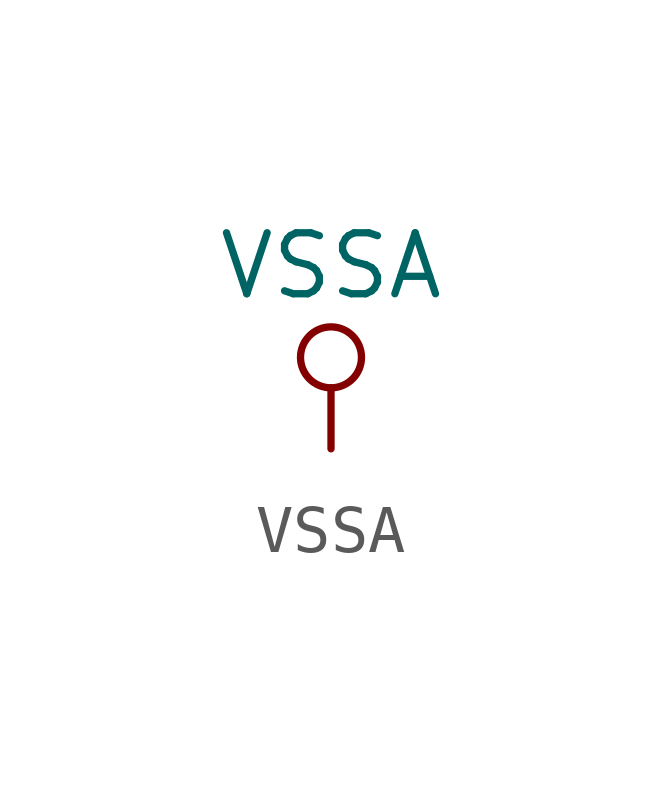
<source format=kicad_sym>
(kicad_symbol_lib
  (version 20211014)
  (generator kicad_symbol_editor)
  (symbol "VSSA"
    (power)
    (pin_names
      (offset 0))
    (property "Reference" "#PWR"
      (at 0 -3.81 0)
      (effects (font (size 1.27 1.27)) hide))
    (property "Value" "VSSA"
      (at 0 3.81 0)
      (effects (font (size 1.27 1.27))))
    (property "Footprint" ""
      (at 0 0 0)
      (effects (font (size 1.27 1.27))))
    (property "Datasheet" ""
      (at 0 0 0)
      (effects (font (size 1.27 1.27))))
    (symbol "VSSA_0_1"
      (polyline (pts (xy 0 0) (xy 0 1.27)) (stroke (width 0) (type default) (color 0 0 0 0)) (fill (type none)))
      (circle (center 0 1.905) (radius 0.635) (stroke (width 0) (type default) (color 0 0 0 0)) (fill (type none))))
    (symbol "VSSA_1_1"
      (pin power_in line (at 0 0 90) (length 0) hide (name "VSSA" (effects (font (size 1.27 1.27)))) (number "1" (effects (font (size 1.27 1.27))))))))
</source>
